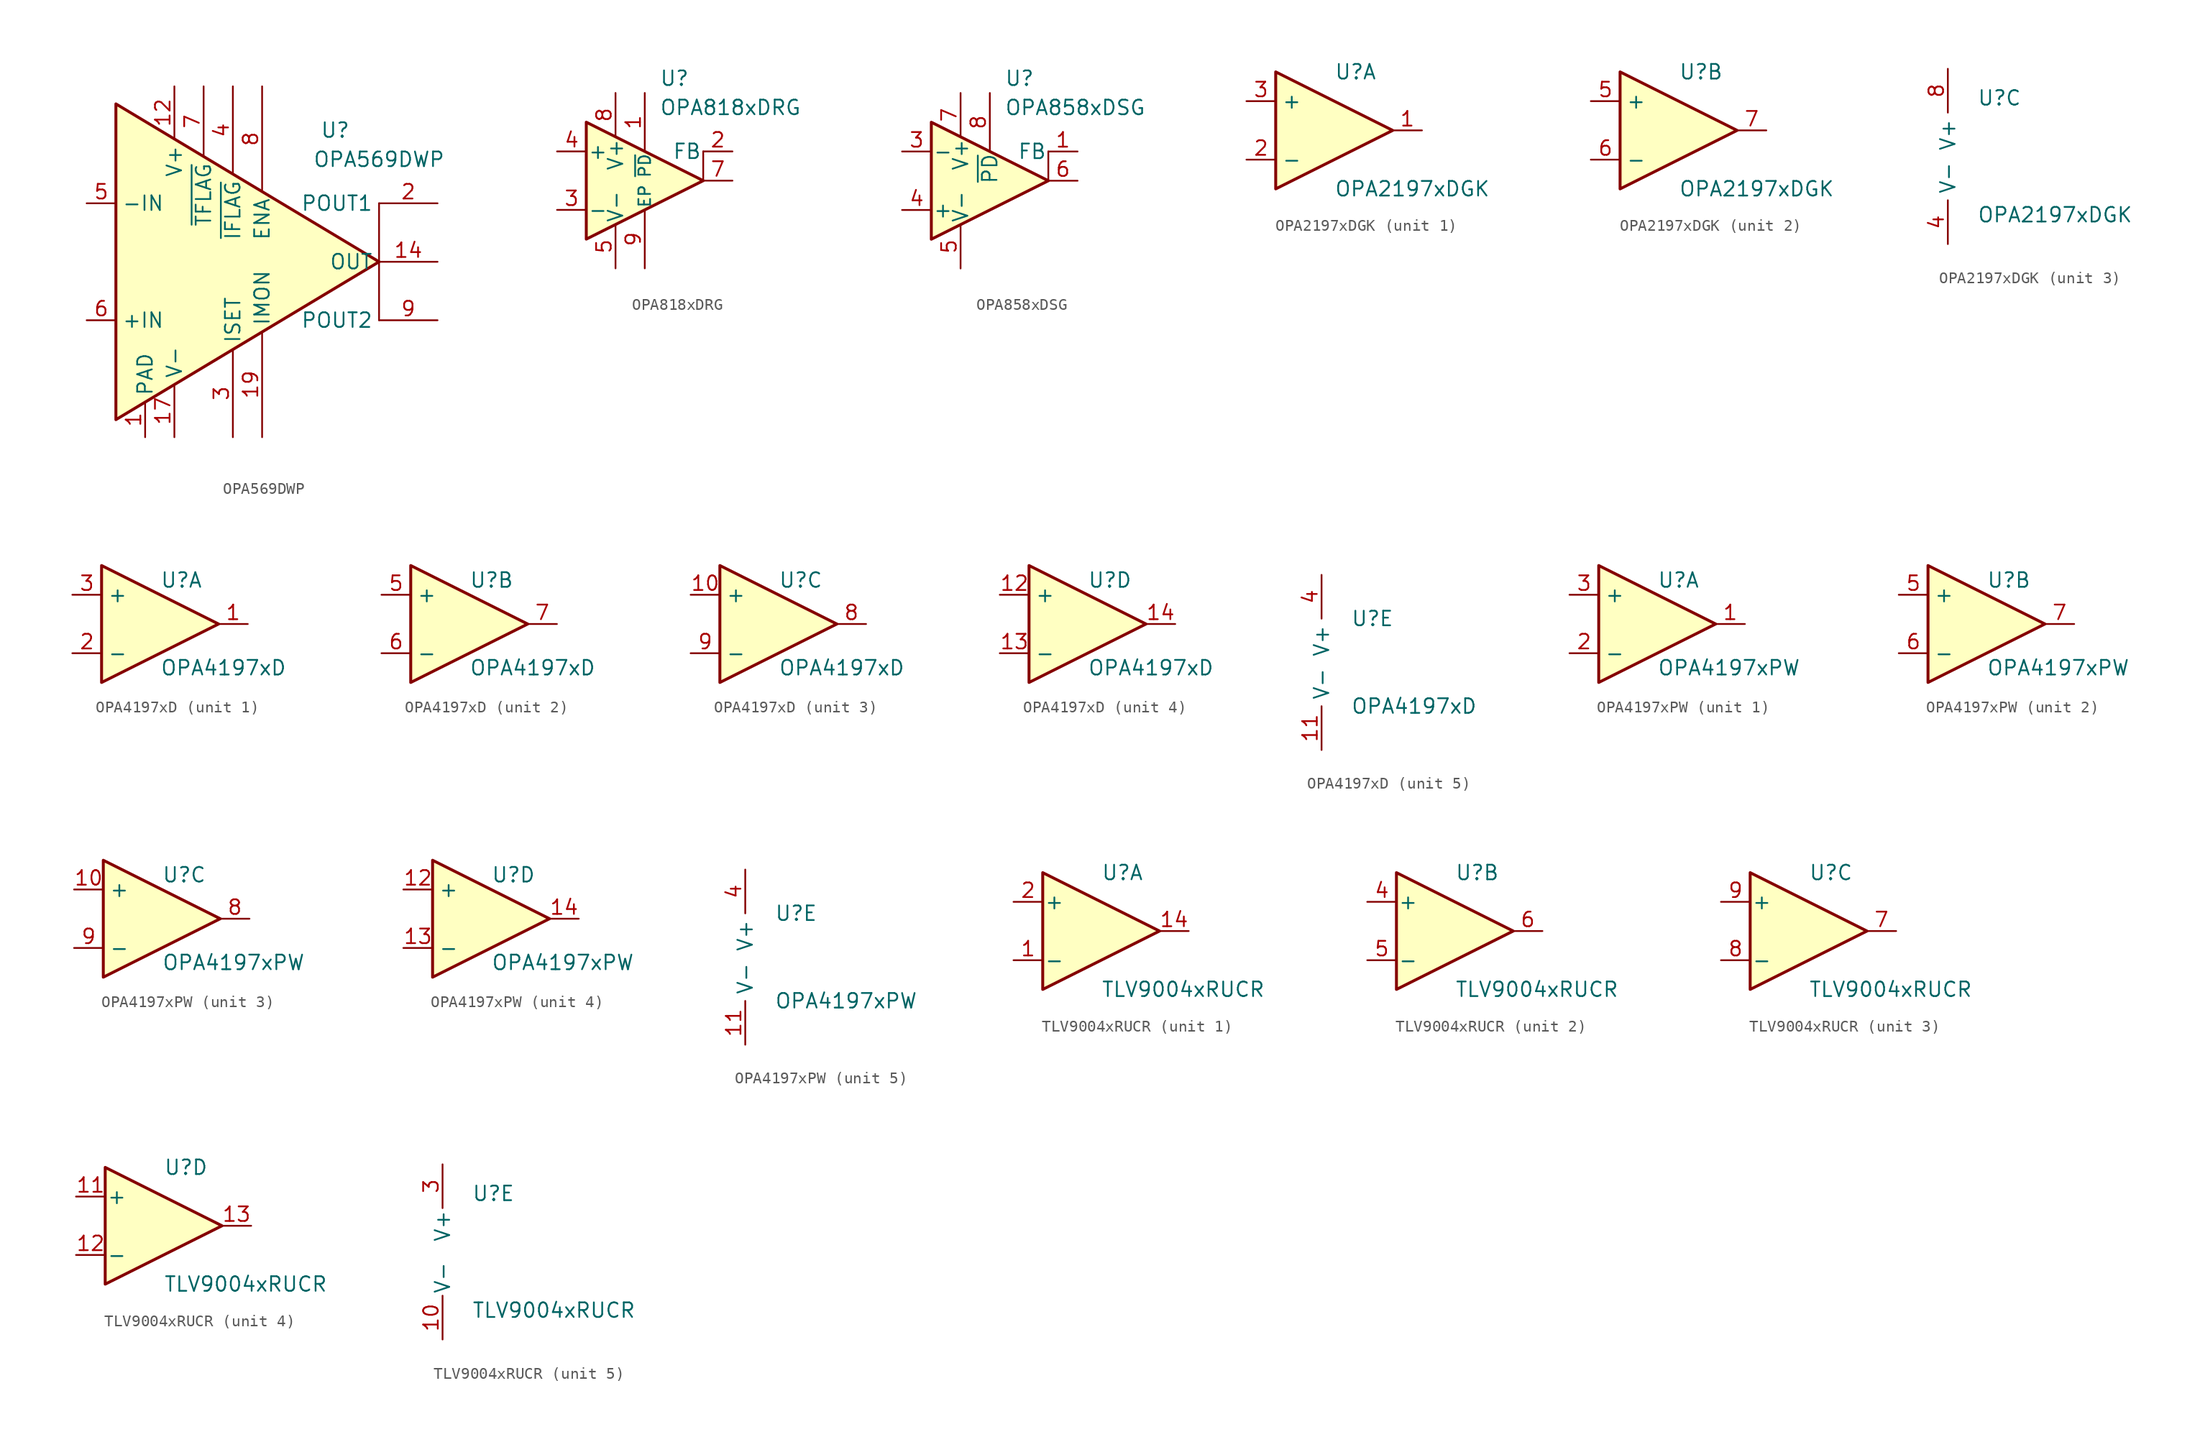
<source format=kicad_sym>
(kicad_symbol_lib
  (version 20201005)
  (generator kicad_symbol_editor)
  (symbol "OPA569DWP"
    (property "Reference" "U"
      (at 6.35 11.43 0)
      (effects (font (size 1.27 1.27))))
    (property "Value" "OPA569DWP"
      (at 10.16 8.89 0)
      (effects (font (size 1.27 1.27))))
    (symbol "OPA569DWP_0_0"
      (pin no_connect line (at -12.7 0 0) (length 2.54) hide (name "NC" (effects (font (size 1.27 1.27)))) (number "16" (effects (font (size 1.27 1.27)))))
      (pin passive line (at -10.16 -15.24 90) (length 3.048) hide (name "PAD" (effects (font (size 1.27 1.27)))) (number "21" (effects (font (size 1.27 1.27))))))
    (symbol "OPA569DWP_0_1"
      (polyline (pts (xy 10.16 5.08) (xy 10.16 -5.08)) (stroke (width 0.152)) (fill (type none)))
      (polyline (pts (xy 10.16 0) (xy -12.7 -13.716) (xy -12.7 13.716) (xy 10.16 0)) (stroke (width 0.254)) (fill (type background))))
    (symbol "OPA569DWP_1_1"
      (pin power_in line (at -10.16 -15.24 90) (length 3.048) (name "PAD" (effects (font (size 1.27 1.27)))) (number "1" (effects (font (size 1.27 1.27)))))
      (pin passive line (at -10.16 -15.24 90) (length 3.048) hide (name "PAD" (effects (font (size 1.27 1.27)))) (number "10" (effects (font (size 1.27 1.27)))))
      (pin passive line (at -10.16 -15.24 90) (length 3.048) hide (name "PAD" (effects (font (size 1.27 1.27)))) (number "11" (effects (font (size 1.27 1.27)))))
      (pin power_in line (at -7.62 15.24 270) (length 4.572) (name "V+" (effects (font (size 1.27 1.27)))) (number "12" (effects (font (size 1.27 1.27)))))
      (pin passive line (at -7.62 15.24 270) (length 4.572) hide (name "V+" (effects (font (size 1.27 1.27)))) (number "13" (effects (font (size 1.27 1.27)))))
      (pin output line (at 15.24 0 180) (length 5.08) (name "OUT" (effects (font (size 1.27 1.27)))) (number "14" (effects (font (size 1.27 1.27)))))
      (pin passive line (at 15.24 0 180) (length 5.08) hide (name "OUT" (effects (font (size 1.27 1.27)))) (number "15" (effects (font (size 1.27 1.27)))))
      (pin power_in line (at -7.62 -15.24 90) (length 4.572) (name "V-" (effects (font (size 1.27 1.27)))) (number "17" (effects (font (size 1.27 1.27)))))
      (pin passive line (at -7.62 -15.24 90) (length 4.572) hide (name "V-" (effects (font (size 1.27 1.27)))) (number "18" (effects (font (size 1.27 1.27)))))
      (pin output line (at 0 -15.24 90) (length 9.144) (name "IMON" (effects (font (size 1.27 1.27)))) (number "19" (effects (font (size 1.27 1.27)))))
      (pin output line (at 15.24 5.08 180) (length 5.08) (name "POUT1" (effects (font (size 1.27 1.27)))) (number "2" (effects (font (size 1.27 1.27)))))
      (pin passive line (at -10.16 -15.24 90) (length 3.048) hide (name "PAD" (effects (font (size 1.27 1.27)))) (number "20" (effects (font (size 1.27 1.27)))))
      (pin output line (at -2.54 -15.24 90) (length 7.62) (name "ISET" (effects (font (size 1.27 1.27)))) (number "3" (effects (font (size 1.27 1.27)))))
      (pin output line (at -2.54 15.24 270) (length 7.62) (name "~IFLAG" (effects (font (size 1.27 1.27)))) (number "4" (effects (font (size 1.27 1.27)))))
      (pin input line (at -15.24 5.08 0) (length 2.54) (name "-IN" (effects (font (size 1.27 1.27)))) (number "5" (effects (font (size 1.27 1.27)))))
      (pin input line (at -15.24 -5.08 0) (length 2.54) (name "+IN" (effects (font (size 1.27 1.27)))) (number "6" (effects (font (size 1.27 1.27)))))
      (pin output line (at -5.08 15.24 270) (length 6.096) (name "~TFLAG" (effects (font (size 1.27 1.27)))) (number "7" (effects (font (size 1.27 1.27)))))
      (pin input line (at 0 15.24 270) (length 9.144) (name "ENA" (effects (font (size 1.27 1.27)))) (number "8" (effects (font (size 1.27 1.27)))))
      (pin output line (at 15.24 -5.08 180) (length 5.08) (name "POUT2" (effects (font (size 1.27 1.27)))) (number "9" (effects (font (size 1.27 1.27)))))))
  (symbol "OPA818xDRG"
    (pin_names
      (offset 0.127))
    (property "Reference" "U"
      (at 1.27 8.89 0)
      (effects (font (size 1.27 1.27)) (justify left)))
    (property "Value" "OPA818xDRG"
      (at 1.27 6.35 0)
      (effects (font (size 1.27 1.27)) (justify left)))
    (symbol "OPA818xDRG_0_0"
      (pin input line (at 0 7.62 270) (length 5.08) (name "~PD" (effects (font (size 1.016 1.016)))) (number "1" (effects (font (size 1.27 1.27)))))
      (pin power_in line (at -2.54 7.62 270) (length 3.81) (name "V+" (effects (font (size 1.27 1.27)))) (number "8" (effects (font (size 1.27 1.27)))))
      (pin passive line (at 0 -7.62 90) (length 5.08) (name "EP" (effects (font (size 1.016 1.016)))) (number "9" (effects (font (size 1.27 1.27))))))
    (symbol "OPA818xDRG_0_1"
      (polyline (pts (xy 5.08 0) (xy 5.08 2.54)) (stroke (width 0.152)) (fill (type none)))
      (polyline (pts (xy -5.08 5.08) (xy 5.08 0) (xy -5.08 -5.08) (xy -5.08 5.08)) (stroke (width 0.254)) (fill (type background)))
      (pin no_connect line (at -5.08 -5.08 90) (length 3.81) hide (name "NC" (effects (font (size 1.27 1.27)))) (number "6" (effects (font (size 1.27 1.27)))))
      (pin output line (at 7.62 0 180) (length 2.54) (name "~" (effects (font (size 1.27 1.27)))) (number "7" (effects (font (size 1.27 1.27))))))
    (symbol "OPA818xDRG_1_1"
      (pin output line (at 7.62 2.54 180) (length 2.54) (name "FB" (effects (font (size 1.27 1.27)))) (number "2" (effects (font (size 1.27 1.27)))))
      (pin input line (at -7.62 -2.54 0) (length 2.54) (name "-" (effects (font (size 1.27 1.27)))) (number "3" (effects (font (size 1.27 1.27)))))
      (pin input line (at -7.62 2.54 0) (length 2.54) (name "+" (effects (font (size 1.27 1.27)))) (number "4" (effects (font (size 1.27 1.27)))))
      (pin power_in line (at -2.54 -7.62 90) (length 3.81) (name "V-" (effects (font (size 1.27 1.27)))) (number "5" (effects (font (size 1.27 1.27)))))))
  (symbol "OPA858xDSG"
    (pin_names
      (offset 0.127))
    (property "Reference" "U"
      (at 1.27 8.89 0)
      (effects (font (size 1.27 1.27)) (justify left)))
    (property "Value" "OPA858xDSG"
      (at 1.27 6.35 0)
      (effects (font (size 1.27 1.27)) (justify left)))
    (symbol "OPA858xDSG_0_0"
      (pin power_in line (at -2.54 7.62 270) (length 3.81) (name "V+" (effects (font (size 1.27 1.27)))) (number "7" (effects (font (size 1.27 1.27)))))
      (pin input line (at 0 7.62 270) (length 5.08) (name "~PD" (effects (font (size 1.27 1.27)))) (number "8" (effects (font (size 1.27 1.27)))))
      (pin passive line (at -2.54 -7.62 90) (length 3.81) hide (name "V-" (effects (font (size 1.27 1.27)))) (number "9" (effects (font (size 1.27 1.27))))))
    (symbol "OPA858xDSG_0_1"
      (polyline (pts (xy 5.08 0) (xy 5.08 2.54)) (stroke (width 0.152)) (fill (type none)))
      (polyline (pts (xy -5.08 5.08) (xy 5.08 0) (xy -5.08 -5.08) (xy -5.08 5.08)) (stroke (width 0.254)) (fill (type background)))
      (pin no_connect line (at -5.08 -5.08 90) (length 3.81) hide (name "NC" (effects (font (size 1.27 1.27)))) (number "2" (effects (font (size 1.27 1.27)))))
      (pin output line (at 7.62 0 180) (length 2.54) (name "~" (effects (font (size 1.27 1.27)))) (number "6" (effects (font (size 1.27 1.27))))))
    (symbol "OPA858xDSG_1_1"
      (pin output line (at 7.62 2.54 180) (length 2.54) (name "FB" (effects (font (size 1.27 1.27)))) (number "1" (effects (font (size 1.27 1.27)))))
      (pin input line (at -7.62 2.54 0) (length 2.54) (name "-" (effects (font (size 1.27 1.27)))) (number "3" (effects (font (size 1.27 1.27)))))
      (pin input line (at -7.62 -2.54 0) (length 2.54) (name "+" (effects (font (size 1.27 1.27)))) (number "4" (effects (font (size 1.27 1.27)))))
      (pin power_in line (at -2.54 -7.62 90) (length 3.81) (name "V-" (effects (font (size 1.27 1.27)))) (number "5" (effects (font (size 1.27 1.27)))))))
  (symbol "OPA2197xDGK"
    (property "Reference" "U"
      (at 0 5.08 0)
      (effects (font (size 1.27 1.27)) (justify left)))
    (property "Value" "OPA2197xDGK"
      (at 0 -5.08 0)
      (effects (font (size 1.27 1.27)) (justify left)))
    (property "ki_locked" ""
      (at 0 0 0)
      (effects (font (size 1.27 1.27))))
    (symbol "OPA2197xDGK_1_1"
      (polyline (pts (xy -5.08 5.08) (xy 5.08 0) (xy -5.08 -5.08) (xy -5.08 5.08)) (stroke (width 0.254)) (fill (type background)))
      (pin output line (at 7.62 0 180) (length 2.54) (name "~" (effects (font (size 1.27 1.27)))) (number "1" (effects (font (size 1.27 1.27)))))
      (pin input line (at -7.62 -2.54 0) (length 2.54) (name "-" (effects (font (size 1.27 1.27)))) (number "2" (effects (font (size 1.27 1.27)))))
      (pin input line (at -7.62 2.54 0) (length 2.54) (name "+" (effects (font (size 1.27 1.27)))) (number "3" (effects (font (size 1.27 1.27))))))
    (symbol "OPA2197xDGK_2_1"
      (polyline (pts (xy -5.08 5.08) (xy 5.08 0) (xy -5.08 -5.08) (xy -5.08 5.08)) (stroke (width 0.254)) (fill (type background)))
      (pin input line (at -7.62 2.54 0) (length 2.54) (name "+" (effects (font (size 1.27 1.27)))) (number "5" (effects (font (size 1.27 1.27)))))
      (pin input line (at -7.62 -2.54 0) (length 2.54) (name "-" (effects (font (size 1.27 1.27)))) (number "6" (effects (font (size 1.27 1.27)))))
      (pin output line (at 7.62 0 180) (length 2.54) (name "~" (effects (font (size 1.27 1.27)))) (number "7" (effects (font (size 1.27 1.27))))))
    (symbol "OPA2197xDGK_3_1"
      (pin power_in line (at -2.54 -7.62 90) (length 3.81) (name "V-" (effects (font (size 1.27 1.27)))) (number "4" (effects (font (size 1.27 1.27)))))
      (pin power_in line (at -2.54 7.62 270) (length 3.81) (name "V+" (effects (font (size 1.27 1.27)))) (number "8" (effects (font (size 1.27 1.27)))))))
  (symbol "OPA4197xD"
    (property "Reference" "U"
      (at 0 3.81 0)
      (effects (font (size 1.27 1.27)) (justify left)))
    (property "Value" "OPA4197xD"
      (at 0 -3.81 0)
      (effects (font (size 1.27 1.27)) (justify left)))
    (property "ki_locked" ""
      (at 0 0 0)
      (effects (font (size 1.27 1.27))))
    (symbol "OPA4197xD_1_1"
      (polyline (pts (xy -5.08 5.08) (xy 5.08 0) (xy -5.08 -5.08) (xy -5.08 5.08)) (stroke (width 0.254)) (fill (type background)))
      (pin output line (at 7.62 0 180) (length 2.54) (name "~" (effects (font (size 1.27 1.27)))) (number "1" (effects (font (size 1.27 1.27)))))
      (pin input line (at -7.62 -2.54 0) (length 2.54) (name "-" (effects (font (size 1.27 1.27)))) (number "2" (effects (font (size 1.27 1.27)))))
      (pin input line (at -7.62 2.54 0) (length 2.54) (name "+" (effects (font (size 1.27 1.27)))) (number "3" (effects (font (size 1.27 1.27))))))
    (symbol "OPA4197xD_2_1"
      (polyline (pts (xy -5.08 5.08) (xy 5.08 0) (xy -5.08 -5.08) (xy -5.08 5.08)) (stroke (width 0.254)) (fill (type background)))
      (pin input line (at -7.62 2.54 0) (length 2.54) (name "+" (effects (font (size 1.27 1.27)))) (number "5" (effects (font (size 1.27 1.27)))))
      (pin input line (at -7.62 -2.54 0) (length 2.54) (name "-" (effects (font (size 1.27 1.27)))) (number "6" (effects (font (size 1.27 1.27)))))
      (pin output line (at 7.62 0 180) (length 2.54) (name "~" (effects (font (size 1.27 1.27)))) (number "7" (effects (font (size 1.27 1.27))))))
    (symbol "OPA4197xD_3_1"
      (polyline (pts (xy -5.08 5.08) (xy 5.08 0) (xy -5.08 -5.08) (xy -5.08 5.08)) (stroke (width 0.254)) (fill (type background)))
      (pin input line (at -7.62 2.54 0) (length 2.54) (name "+" (effects (font (size 1.27 1.27)))) (number "10" (effects (font (size 1.27 1.27)))))
      (pin output line (at 7.62 0 180) (length 2.54) (name "~" (effects (font (size 1.27 1.27)))) (number "8" (effects (font (size 1.27 1.27)))))
      (pin input line (at -7.62 -2.54 0) (length 2.54) (name "-" (effects (font (size 1.27 1.27)))) (number "9" (effects (font (size 1.27 1.27))))))
    (symbol "OPA4197xD_4_1"
      (polyline (pts (xy -5.08 5.08) (xy 5.08 0) (xy -5.08 -5.08) (xy -5.08 5.08)) (stroke (width 0.254)) (fill (type background)))
      (pin input line (at -7.62 2.54 0) (length 2.54) (name "+" (effects (font (size 1.27 1.27)))) (number "12" (effects (font (size 1.27 1.27)))))
      (pin input line (at -7.62 -2.54 0) (length 2.54) (name "-" (effects (font (size 1.27 1.27)))) (number "13" (effects (font (size 1.27 1.27)))))
      (pin output line (at 7.62 0 180) (length 2.54) (name "~" (effects (font (size 1.27 1.27)))) (number "14" (effects (font (size 1.27 1.27))))))
    (symbol "OPA4197xD_5_1"
      (pin power_in line (at -2.54 -7.62 90) (length 3.81) (name "V-" (effects (font (size 1.27 1.27)))) (number "11" (effects (font (size 1.27 1.27)))))
      (pin power_in line (at -2.54 7.62 270) (length 3.81) (name "V+" (effects (font (size 1.27 1.27)))) (number "4" (effects (font (size 1.27 1.27)))))))
  (symbol "OPA4197xPW"
    (property "Reference" "U"
      (at 0 3.81 0)
      (effects (font (size 1.27 1.27)) (justify left)))
    (property "Value" "OPA4197xPW"
      (at 0 -3.81 0)
      (effects (font (size 1.27 1.27)) (justify left)))
    (property "ki_locked" ""
      (at 0 0 0)
      (effects (font (size 1.27 1.27))))
    (symbol "OPA4197xPW_1_1"
      (polyline (pts (xy -5.08 5.08) (xy 5.08 0) (xy -5.08 -5.08) (xy -5.08 5.08)) (stroke (width 0.254)) (fill (type background)))
      (pin output line (at 7.62 0 180) (length 2.54) (name "~" (effects (font (size 1.27 1.27)))) (number "1" (effects (font (size 1.27 1.27)))))
      (pin input line (at -7.62 -2.54 0) (length 2.54) (name "-" (effects (font (size 1.27 1.27)))) (number "2" (effects (font (size 1.27 1.27)))))
      (pin input line (at -7.62 2.54 0) (length 2.54) (name "+" (effects (font (size 1.27 1.27)))) (number "3" (effects (font (size 1.27 1.27))))))
    (symbol "OPA4197xPW_2_1"
      (polyline (pts (xy -5.08 5.08) (xy 5.08 0) (xy -5.08 -5.08) (xy -5.08 5.08)) (stroke (width 0.254)) (fill (type background)))
      (pin input line (at -7.62 2.54 0) (length 2.54) (name "+" (effects (font (size 1.27 1.27)))) (number "5" (effects (font (size 1.27 1.27)))))
      (pin input line (at -7.62 -2.54 0) (length 2.54) (name "-" (effects (font (size 1.27 1.27)))) (number "6" (effects (font (size 1.27 1.27)))))
      (pin output line (at 7.62 0 180) (length 2.54) (name "~" (effects (font (size 1.27 1.27)))) (number "7" (effects (font (size 1.27 1.27))))))
    (symbol "OPA4197xPW_3_1"
      (polyline (pts (xy -5.08 5.08) (xy 5.08 0) (xy -5.08 -5.08) (xy -5.08 5.08)) (stroke (width 0.254)) (fill (type background)))
      (pin input line (at -7.62 2.54 0) (length 2.54) (name "+" (effects (font (size 1.27 1.27)))) (number "10" (effects (font (size 1.27 1.27)))))
      (pin output line (at 7.62 0 180) (length 2.54) (name "~" (effects (font (size 1.27 1.27)))) (number "8" (effects (font (size 1.27 1.27)))))
      (pin input line (at -7.62 -2.54 0) (length 2.54) (name "-" (effects (font (size 1.27 1.27)))) (number "9" (effects (font (size 1.27 1.27))))))
    (symbol "OPA4197xPW_4_1"
      (polyline (pts (xy -5.08 5.08) (xy 5.08 0) (xy -5.08 -5.08) (xy -5.08 5.08)) (stroke (width 0.254)) (fill (type background)))
      (pin input line (at -7.62 2.54 0) (length 2.54) (name "+" (effects (font (size 1.27 1.27)))) (number "12" (effects (font (size 1.27 1.27)))))
      (pin input line (at -7.62 -2.54 0) (length 2.54) (name "-" (effects (font (size 1.27 1.27)))) (number "13" (effects (font (size 1.27 1.27)))))
      (pin output line (at 7.62 0 180) (length 2.54) (name "~" (effects (font (size 1.27 1.27)))) (number "14" (effects (font (size 1.27 1.27))))))
    (symbol "OPA4197xPW_5_1"
      (pin power_in line (at -2.54 -7.62 90) (length 3.81) (name "V-" (effects (font (size 1.27 1.27)))) (number "11" (effects (font (size 1.27 1.27)))))
      (pin power_in line (at -2.54 7.62 270) (length 3.81) (name "V+" (effects (font (size 1.27 1.27)))) (number "4" (effects (font (size 1.27 1.27)))))))
  (symbol "TLV9004xRUCR"
    (pin_names
      (offset 0.127))
    (property "Reference" "U"
      (at 0 5.08 0)
      (effects (font (size 1.27 1.27)) (justify left)))
    (property "Value" "TLV9004xRUCR"
      (at 0 -5.08 0)
      (effects (font (size 1.27 1.27)) (justify left)))
    (property "ki_locked" ""
      (at 0 0 0)
      (effects (font (size 1.27 1.27))))
    (symbol "TLV9004xRUCR_1_1"
      (polyline (pts (xy -5.08 5.08) (xy 5.08 0) (xy -5.08 -5.08) (xy -5.08 5.08)) (stroke (width 0.254)) (fill (type background)))
      (pin input line (at -7.62 -2.54 0) (length 2.54) (name "-" (effects (font (size 1.27 1.27)))) (number "1" (effects (font (size 1.27 1.27)))))
      (pin output line (at 7.62 0 180) (length 2.54) (name "~" (effects (font (size 1.27 1.27)))) (number "14" (effects (font (size 1.27 1.27)))))
      (pin input line (at -7.62 2.54 0) (length 2.54) (name "+" (effects (font (size 1.27 1.27)))) (number "2" (effects (font (size 1.27 1.27))))))
    (symbol "TLV9004xRUCR_2_1"
      (polyline (pts (xy -5.08 5.08) (xy 5.08 0) (xy -5.08 -5.08) (xy -5.08 5.08)) (stroke (width 0.254)) (fill (type background)))
      (pin input line (at -7.62 2.54 0) (length 2.54) (name "+" (effects (font (size 1.27 1.27)))) (number "4" (effects (font (size 1.27 1.27)))))
      (pin input line (at -7.62 -2.54 0) (length 2.54) (name "-" (effects (font (size 1.27 1.27)))) (number "5" (effects (font (size 1.27 1.27)))))
      (pin output line (at 7.62 0 180) (length 2.54) (name "~" (effects (font (size 1.27 1.27)))) (number "6" (effects (font (size 1.27 1.27))))))
    (symbol "TLV9004xRUCR_3_1"
      (polyline (pts (xy -5.08 5.08) (xy 5.08 0) (xy -5.08 -5.08) (xy -5.08 5.08)) (stroke (width 0.254)) (fill (type background)))
      (pin output line (at 7.62 0 180) (length 2.54) (name "~" (effects (font (size 1.27 1.27)))) (number "7" (effects (font (size 1.27 1.27)))))
      (pin input line (at -7.62 -2.54 0) (length 2.54) (name "-" (effects (font (size 1.27 1.27)))) (number "8" (effects (font (size 1.27 1.27)))))
      (pin input line (at -7.62 2.54 0) (length 2.54) (name "+" (effects (font (size 1.27 1.27)))) (number "9" (effects (font (size 1.27 1.27))))))
    (symbol "TLV9004xRUCR_4_1"
      (polyline (pts (xy -5.08 5.08) (xy 5.08 0) (xy -5.08 -5.08) (xy -5.08 5.08)) (stroke (width 0.254)) (fill (type background)))
      (pin input line (at -7.62 2.54 0) (length 2.54) (name "+" (effects (font (size 1.27 1.27)))) (number "11" (effects (font (size 1.27 1.27)))))
      (pin input line (at -7.62 -2.54 0) (length 2.54) (name "-" (effects (font (size 1.27 1.27)))) (number "12" (effects (font (size 1.27 1.27)))))
      (pin output line (at 7.62 0 180) (length 2.54) (name "~" (effects (font (size 1.27 1.27)))) (number "13" (effects (font (size 1.27 1.27))))))
    (symbol "TLV9004xRUCR_5_1"
      (pin power_in line (at -2.54 -7.62 90) (length 3.81) (name "V-" (effects (font (size 1.27 1.27)))) (number "10" (effects (font (size 1.27 1.27)))))
      (pin power_in line (at -2.54 7.62 270) (length 3.81) (name "V+" (effects (font (size 1.27 1.27)))) (number "3" (effects (font (size 1.27 1.27))))))))
</source>
